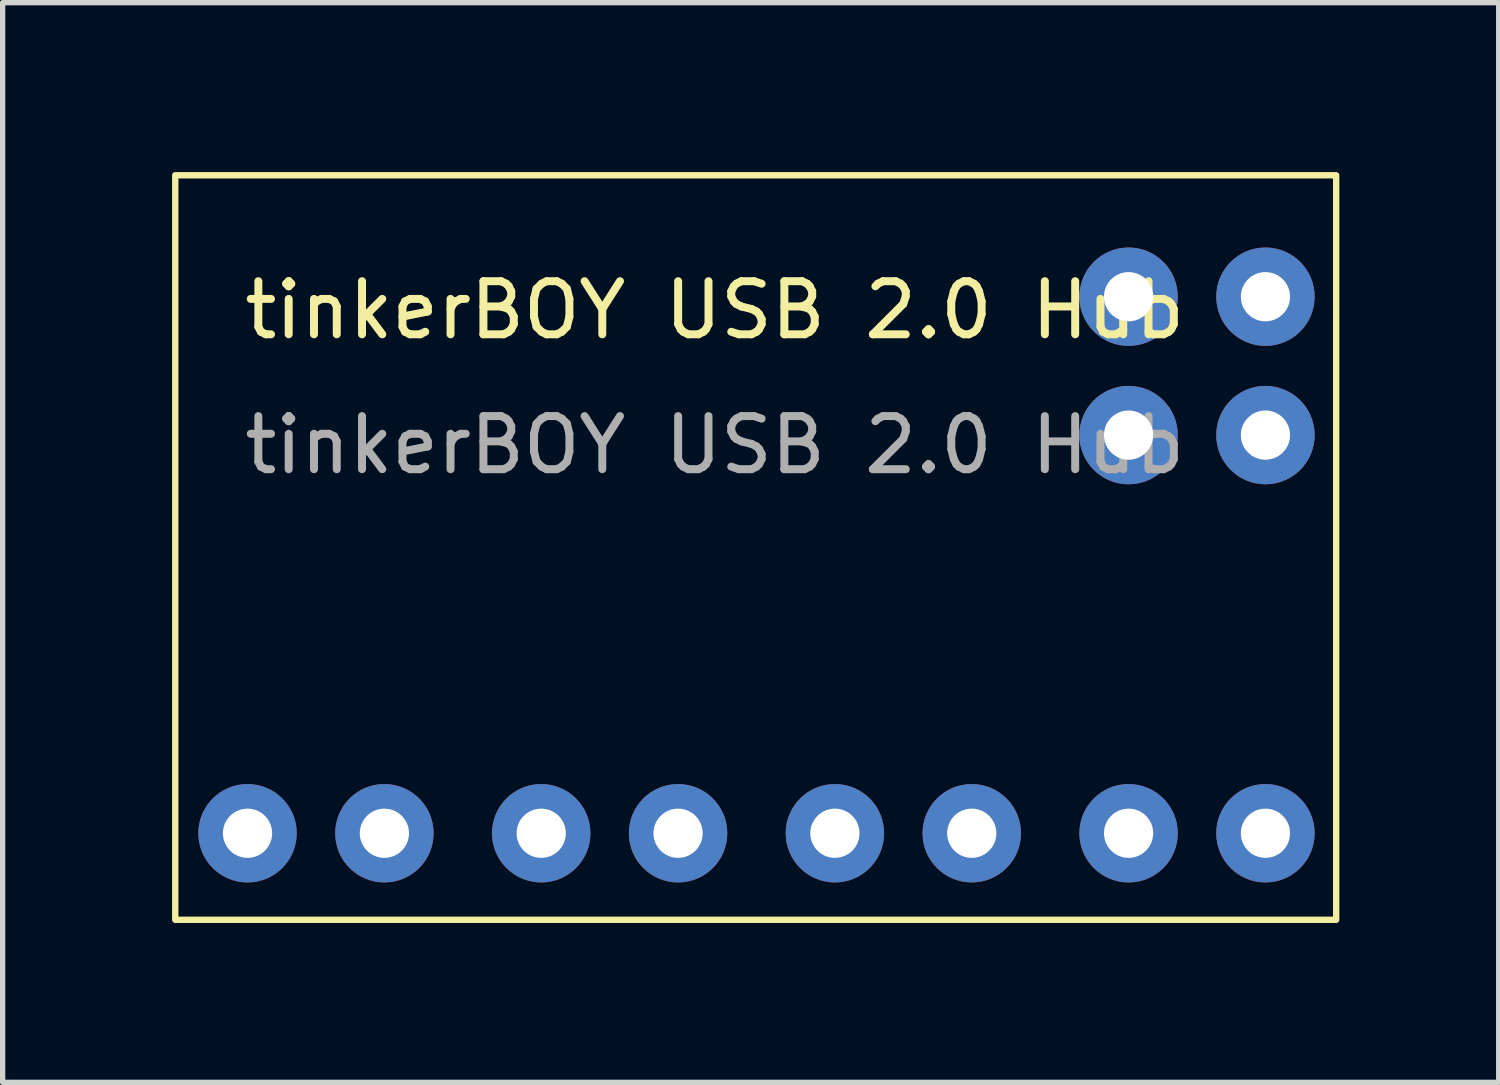
<source format=kicad_pcb>
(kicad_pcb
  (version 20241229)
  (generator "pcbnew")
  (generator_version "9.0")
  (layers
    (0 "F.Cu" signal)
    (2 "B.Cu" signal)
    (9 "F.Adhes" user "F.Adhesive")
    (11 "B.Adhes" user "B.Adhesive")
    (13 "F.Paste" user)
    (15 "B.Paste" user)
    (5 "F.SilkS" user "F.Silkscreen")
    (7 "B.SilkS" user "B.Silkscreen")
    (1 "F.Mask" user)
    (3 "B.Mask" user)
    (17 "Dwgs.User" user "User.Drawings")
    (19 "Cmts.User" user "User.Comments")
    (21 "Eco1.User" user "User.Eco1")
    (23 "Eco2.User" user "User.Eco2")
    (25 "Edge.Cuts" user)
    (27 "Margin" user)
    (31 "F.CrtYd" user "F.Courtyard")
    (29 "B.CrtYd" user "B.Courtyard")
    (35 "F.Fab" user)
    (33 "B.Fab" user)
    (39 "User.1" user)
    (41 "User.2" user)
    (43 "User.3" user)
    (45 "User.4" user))
  (footprint "tinkerBOY USB 2.0 Hub"
    (layer "F.Cu")
    (at 0.25 0.25)
    (property "Reference" "tinkerBOY USB 2.0 Hub" (at 10.16 2.54 0) (unlocked yes) (layer "F.SilkS") (effects (font (size 1 1) (thickness 0.15))))
    (attr through_hole)
    (fp_rect (start 0 0) (end 21.86 14.02) (stroke (width 0.12) (type solid)) (fill no) (layer "F.SilkS"))
    (fp_text user "${REFERENCE}" (at 10.16 5.08 0) (unlocked yes) (layer "F.Fab") (effects (font (size 1 1) (thickness 0.15))))
    (pad "0" thru_hole circle (at 17.951 2.287) (size 1.853 1.853) (drill 0.927) (layers "*.Cu" "*.Mask"))
    (pad "1" thru_hole circle (at 17.951 4.893) (size 1.853 1.853) (drill 0.927) (layers "*.Cu" "*.Mask"))
    (pad "2" thru_hole circle (at 20.528 2.287) (size 1.853 1.853) (drill 0.927) (layers "*.Cu" "*.Mask"))
    (pad "3" thru_hole circle (at 20.528 4.893) (size 1.853 1.853) (drill 0.927) (layers "*.Cu" "*.Mask"))
    (pad "4" thru_hole circle (at 20.528 12.39) (size 1.853 1.853) (drill 0.927) (layers "*.Cu" "*.Mask"))
    (pad "5" thru_hole circle (at 17.951 12.39) (size 1.853 1.853) (drill 0.927) (layers "*.Cu" "*.Mask"))
    (pad "6" thru_hole circle (at 14.998 12.39) (size 1.853 1.853) (drill 0.927) (layers "*.Cu" "*.Mask"))
    (pad "7" thru_hole circle (at 12.421 12.39) (size 1.853 1.853) (drill 0.927) (layers "*.Cu" "*.Mask"))
    (pad "8" thru_hole circle (at 9.468 12.39) (size 1.853 1.853) (drill 0.927) (layers "*.Cu" "*.Mask"))
    (pad "9" thru_hole circle (at 6.891 12.39) (size 1.853 1.853) (drill 0.927) (layers "*.Cu" "*.Mask"))
    (pad "10" thru_hole circle (at 3.938 12.39) (size 1.853 1.853) (drill 0.927) (layers "*.Cu" "*.Mask"))
    (pad "11" thru_hole circle (at 1.361 12.39) (size 1.853 1.853) (drill 0.927) (layers "*.Cu" "*.Mask")))
  (gr_rect
    (start -3 -3)
    (end 25.17 17.33)
    (stroke (width 0.1) (type default))
    (fill no)
    (layer "Edge.Cuts")))
</source>
